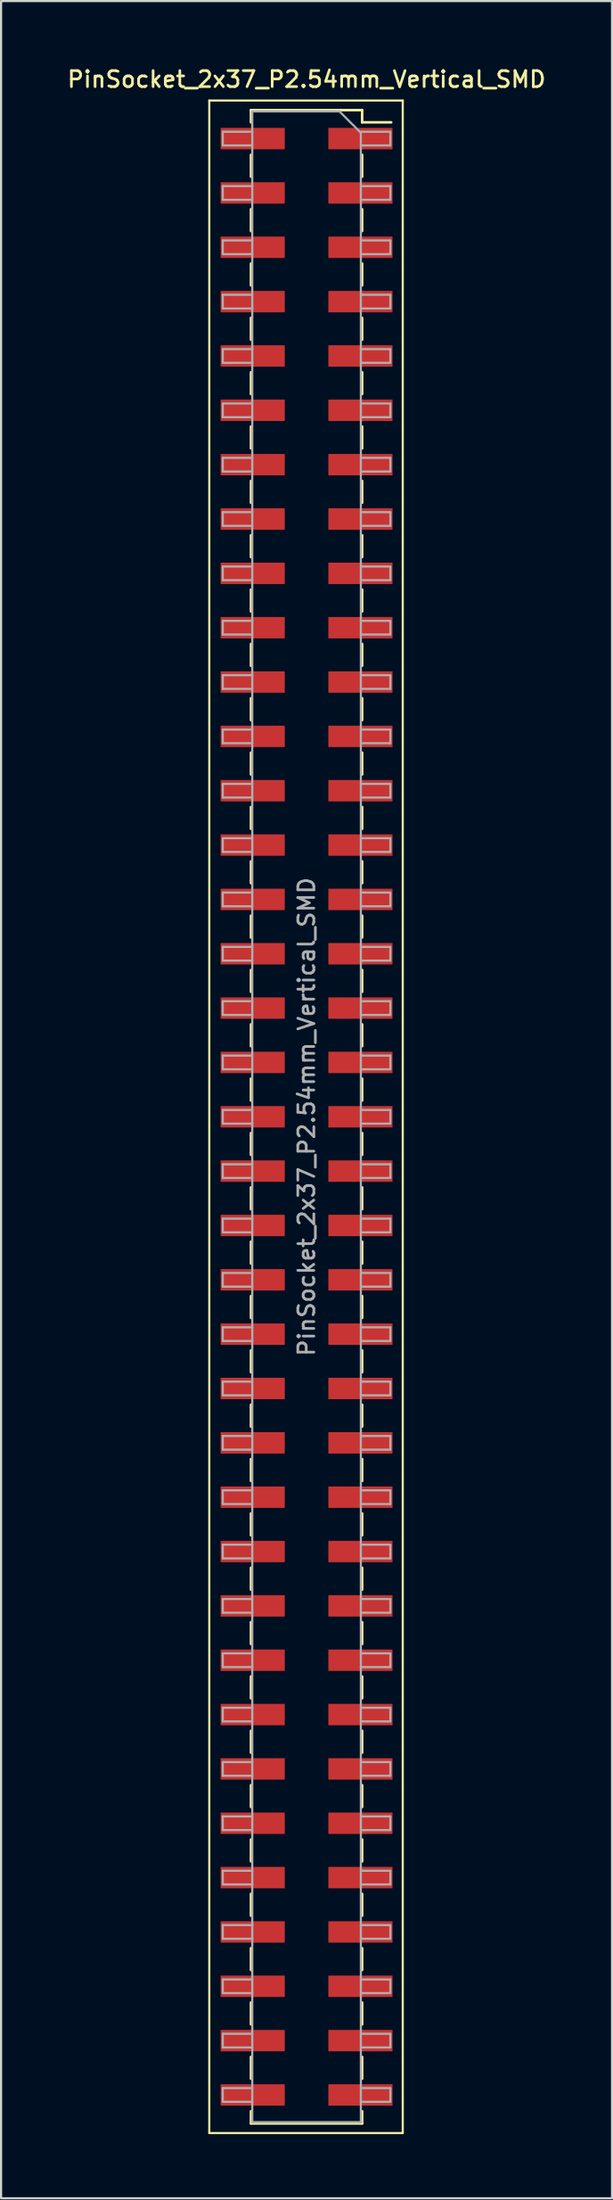
<source format=kicad_pcb>
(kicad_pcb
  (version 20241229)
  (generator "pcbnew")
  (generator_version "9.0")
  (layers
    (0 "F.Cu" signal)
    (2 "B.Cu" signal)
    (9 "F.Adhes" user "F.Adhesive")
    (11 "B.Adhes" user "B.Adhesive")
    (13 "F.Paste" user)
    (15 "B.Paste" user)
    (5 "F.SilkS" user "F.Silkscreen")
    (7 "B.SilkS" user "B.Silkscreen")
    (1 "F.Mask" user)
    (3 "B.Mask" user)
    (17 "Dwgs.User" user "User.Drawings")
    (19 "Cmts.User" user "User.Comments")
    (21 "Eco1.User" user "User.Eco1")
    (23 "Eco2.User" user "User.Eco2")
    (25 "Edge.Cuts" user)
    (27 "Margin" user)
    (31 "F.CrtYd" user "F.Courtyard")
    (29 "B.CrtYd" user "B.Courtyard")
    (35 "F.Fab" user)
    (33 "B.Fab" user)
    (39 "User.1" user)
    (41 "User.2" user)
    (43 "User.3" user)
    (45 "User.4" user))
  (footprint "PinSocket_2x37_P2.54mm_Vertical_SMD"
    (layer "F.Cu")
    (at 11.291 49.148)
    (property "Reference" "PinSocket_2x37_P2.54mm_Vertical_SMD" (at 0 -48.49 0) (layer "F.SilkS") (effects (font (size 0.75 0.75) (thickness 0.125))))
    (attr smd)
    (fp_line (start -4.55 -47.5) (end 4.5 -47.5) (stroke (width 0.1) (type solid)) (layer "F.SilkS"))
    (fp_line (start -4.55 47.5) (end -4.55 -47.5) (stroke (width 0.1) (type solid)) (layer "F.SilkS"))
    (fp_line (start -2.6 -47.05) (end -2.6 -46.48) (stroke (width 0.12) (type solid)) (layer "F.SilkS"))
    (fp_line (start -2.6 -47.05) (end 2.6 -47.05) (stroke (width 0.12) (type solid)) (layer "F.SilkS"))
    (fp_line (start -2.6 -44.96) (end -2.6 -43.94) (stroke (width 0.12) (type solid)) (layer "F.SilkS"))
    (fp_line (start -2.6 -42.42) (end -2.6 -41.4) (stroke (width 0.12) (type solid)) (layer "F.SilkS"))
    (fp_line (start -2.6 -39.88) (end -2.6 -38.86) (stroke (width 0.12) (type solid)) (layer "F.SilkS"))
    (fp_line (start -2.6 -37.34) (end -2.6 -36.32) (stroke (width 0.12) (type solid)) (layer "F.SilkS"))
    (fp_line (start -2.6 -34.8) (end -2.6 -33.78) (stroke (width 0.12) (type solid)) (layer "F.SilkS"))
    (fp_line (start -2.6 -32.26) (end -2.6 -31.24) (stroke (width 0.12) (type solid)) (layer "F.SilkS"))
    (fp_line (start -2.6 -29.72) (end -2.6 -28.7) (stroke (width 0.12) (type solid)) (layer "F.SilkS"))
    (fp_line (start -2.6 -27.18) (end -2.6 -26.16) (stroke (width 0.12) (type solid)) (layer "F.SilkS"))
    (fp_line (start -2.6 -24.64) (end -2.6 -23.62) (stroke (width 0.12) (type solid)) (layer "F.SilkS"))
    (fp_line (start -2.6 -22.1) (end -2.6 -21.08) (stroke (width 0.12) (type solid)) (layer "F.SilkS"))
    (fp_line (start -2.6 -19.56) (end -2.6 -18.54) (stroke (width 0.12) (type solid)) (layer "F.SilkS"))
    (fp_line (start -2.6 -17.02) (end -2.6 -16) (stroke (width 0.12) (type solid)) (layer "F.SilkS"))
    (fp_line (start -2.6 -14.48) (end -2.6 -13.46) (stroke (width 0.12) (type solid)) (layer "F.SilkS"))
    (fp_line (start -2.6 -11.94) (end -2.6 -10.92) (stroke (width 0.12) (type solid)) (layer "F.SilkS"))
    (fp_line (start -2.6 -9.4) (end -2.6 -8.38) (stroke (width 0.12) (type solid)) (layer "F.SilkS"))
    (fp_line (start -2.6 -6.86) (end -2.6 -5.84) (stroke (width 0.12) (type solid)) (layer "F.SilkS"))
    (fp_line (start -2.6 -4.32) (end -2.6 -3.3) (stroke (width 0.12) (type solid)) (layer "F.SilkS"))
    (fp_line (start -2.6 -1.78) (end -2.6 -0.76) (stroke (width 0.12) (type solid)) (layer "F.SilkS"))
    (fp_line (start -2.6 0.76) (end -2.6 1.78) (stroke (width 0.12) (type solid)) (layer "F.SilkS"))
    (fp_line (start -2.6 3.3) (end -2.6 4.32) (stroke (width 0.12) (type solid)) (layer "F.SilkS"))
    (fp_line (start -2.6 5.84) (end -2.6 6.86) (stroke (width 0.12) (type solid)) (layer "F.SilkS"))
    (fp_line (start -2.6 8.38) (end -2.6 9.4) (stroke (width 0.12) (type solid)) (layer "F.SilkS"))
    (fp_line (start -2.6 10.92) (end -2.6 11.94) (stroke (width 0.12) (type solid)) (layer "F.SilkS"))
    (fp_line (start -2.6 13.46) (end -2.6 14.48) (stroke (width 0.12) (type solid)) (layer "F.SilkS"))
    (fp_line (start -2.6 16) (end -2.6 17.02) (stroke (width 0.12) (type solid)) (layer "F.SilkS"))
    (fp_line (start -2.6 18.54) (end -2.6 19.56) (stroke (width 0.12) (type solid)) (layer "F.SilkS"))
    (fp_line (start -2.6 21.08) (end -2.6 22.1) (stroke (width 0.12) (type solid)) (layer "F.SilkS"))
    (fp_line (start -2.6 23.62) (end -2.6 24.64) (stroke (width 0.12) (type solid)) (layer "F.SilkS"))
    (fp_line (start -2.6 26.16) (end -2.6 27.18) (stroke (width 0.12) (type solid)) (layer "F.SilkS"))
    (fp_line (start -2.6 28.7) (end -2.6 29.72) (stroke (width 0.12) (type solid)) (layer "F.SilkS"))
    (fp_line (start -2.6 31.24) (end -2.6 32.26) (stroke (width 0.12) (type solid)) (layer "F.SilkS"))
    (fp_line (start -2.6 33.78) (end -2.6 34.8) (stroke (width 0.12) (type solid)) (layer "F.SilkS"))
    (fp_line (start -2.6 36.32) (end -2.6 37.34) (stroke (width 0.12) (type solid)) (layer "F.SilkS"))
    (fp_line (start -2.6 38.86) (end -2.6 39.88) (stroke (width 0.12) (type solid)) (layer "F.SilkS"))
    (fp_line (start -2.6 41.4) (end -2.6 42.42) (stroke (width 0.12) (type solid)) (layer "F.SilkS"))
    (fp_line (start -2.6 43.94) (end -2.6 44.96) (stroke (width 0.12) (type solid)) (layer "F.SilkS"))
    (fp_line (start -2.6 46.48) (end -2.6 47.05) (stroke (width 0.12) (type solid)) (layer "F.SilkS"))
    (fp_line (start -2.6 47.05) (end 2.6 47.05) (stroke (width 0.12) (type solid)) (layer "F.SilkS"))
    (fp_line (start 2.6 -47.05) (end 2.6 -46.48) (stroke (width 0.12) (type solid)) (layer "F.SilkS"))
    (fp_line (start 2.6 -46.48) (end 3.96 -46.48) (stroke (width 0.12) (type solid)) (layer "F.SilkS"))
    (fp_line (start 2.6 -44.96) (end 2.6 -43.94) (stroke (width 0.12) (type solid)) (layer "F.SilkS"))
    (fp_line (start 2.6 -42.42) (end 2.6 -41.4) (stroke (width 0.12) (type solid)) (layer "F.SilkS"))
    (fp_line (start 2.6 -39.88) (end 2.6 -38.86) (stroke (width 0.12) (type solid)) (layer "F.SilkS"))
    (fp_line (start 2.6 -37.34) (end 2.6 -36.32) (stroke (width 0.12) (type solid)) (layer "F.SilkS"))
    (fp_line (start 2.6 -34.8) (end 2.6 -33.78) (stroke (width 0.12) (type solid)) (layer "F.SilkS"))
    (fp_line (start 2.6 -32.26) (end 2.6 -31.24) (stroke (width 0.12) (type solid)) (layer "F.SilkS"))
    (fp_line (start 2.6 -29.72) (end 2.6 -28.7) (stroke (width 0.12) (type solid)) (layer "F.SilkS"))
    (fp_line (start 2.6 -27.18) (end 2.6 -26.16) (stroke (width 0.12) (type solid)) (layer "F.SilkS"))
    (fp_line (start 2.6 -24.64) (end 2.6 -23.62) (stroke (width 0.12) (type solid)) (layer "F.SilkS"))
    (fp_line (start 2.6 -22.1) (end 2.6 -21.08) (stroke (width 0.12) (type solid)) (layer "F.SilkS"))
    (fp_line (start 2.6 -19.56) (end 2.6 -18.54) (stroke (width 0.12) (type solid)) (layer "F.SilkS"))
    (fp_line (start 2.6 -17.02) (end 2.6 -16) (stroke (width 0.12) (type solid)) (layer "F.SilkS"))
    (fp_line (start 2.6 -14.48) (end 2.6 -13.46) (stroke (width 0.12) (type solid)) (layer "F.SilkS"))
    (fp_line (start 2.6 -11.94) (end 2.6 -10.92) (stroke (width 0.12) (type solid)) (layer "F.SilkS"))
    (fp_line (start 2.6 -9.4) (end 2.6 -8.38) (stroke (width 0.12) (type solid)) (layer "F.SilkS"))
    (fp_line (start 2.6 -6.86) (end 2.6 -5.84) (stroke (width 0.12) (type solid)) (layer "F.SilkS"))
    (fp_line (start 2.6 -4.32) (end 2.6 -3.3) (stroke (width 0.12) (type solid)) (layer "F.SilkS"))
    (fp_line (start 2.6 -1.78) (end 2.6 -0.76) (stroke (width 0.12) (type solid)) (layer "F.SilkS"))
    (fp_line (start 2.6 0.76) (end 2.6 1.78) (stroke (width 0.12) (type solid)) (layer "F.SilkS"))
    (fp_line (start 2.6 3.3) (end 2.6 4.32) (stroke (width 0.12) (type solid)) (layer "F.SilkS"))
    (fp_line (start 2.6 5.84) (end 2.6 6.86) (stroke (width 0.12) (type solid)) (layer "F.SilkS"))
    (fp_line (start 2.6 8.38) (end 2.6 9.4) (stroke (width 0.12) (type solid)) (layer "F.SilkS"))
    (fp_line (start 2.6 10.92) (end 2.6 11.94) (stroke (width 0.12) (type solid)) (layer "F.SilkS"))
    (fp_line (start 2.6 13.46) (end 2.6 14.48) (stroke (width 0.12) (type solid)) (layer "F.SilkS"))
    (fp_line (start 2.6 16) (end 2.6 17.02) (stroke (width 0.12) (type solid)) (layer "F.SilkS"))
    (fp_line (start 2.6 18.54) (end 2.6 19.56) (stroke (width 0.12) (type solid)) (layer "F.SilkS"))
    (fp_line (start 2.6 21.08) (end 2.6 22.1) (stroke (width 0.12) (type solid)) (layer "F.SilkS"))
    (fp_line (start 2.6 23.62) (end 2.6 24.64) (stroke (width 0.12) (type solid)) (layer "F.SilkS"))
    (fp_line (start 2.6 26.16) (end 2.6 27.18) (stroke (width 0.12) (type solid)) (layer "F.SilkS"))
    (fp_line (start 2.6 28.7) (end 2.6 29.72) (stroke (width 0.12) (type solid)) (layer "F.SilkS"))
    (fp_line (start 2.6 31.24) (end 2.6 32.26) (stroke (width 0.12) (type solid)) (layer "F.SilkS"))
    (fp_line (start 2.6 33.78) (end 2.6 34.8) (stroke (width 0.12) (type solid)) (layer "F.SilkS"))
    (fp_line (start 2.6 36.32) (end 2.6 37.34) (stroke (width 0.12) (type solid)) (layer "F.SilkS"))
    (fp_line (start 2.6 38.86) (end 2.6 39.88) (stroke (width 0.12) (type solid)) (layer "F.SilkS"))
    (fp_line (start 2.6 41.4) (end 2.6 42.42) (stroke (width 0.12) (type solid)) (layer "F.SilkS"))
    (fp_line (start 2.6 43.94) (end 2.6 44.96) (stroke (width 0.12) (type solid)) (layer "F.SilkS"))
    (fp_line (start 2.6 46.48) (end 2.6 47.05) (stroke (width 0.12) (type solid)) (layer "F.SilkS"))
    (fp_line (start 4.5 -47.5) (end 4.5 47.5) (stroke (width 0.1) (type solid)) (layer "F.SilkS"))
    (fp_line (start 4.5 47.5) (end -4.55 47.5) (stroke (width 0.1) (type solid)) (layer "F.SilkS"))
    (fp_line (start -3.92 -46.04) (end -2.54 -46.04) (stroke (width 0.1) (type solid)) (layer "F.Fab"))
    (fp_line (start -3.92 -45.4) (end -3.92 -46.04) (stroke (width 0.1) (type solid)) (layer "F.Fab"))
    (fp_line (start -3.92 -43.5) (end -2.54 -43.5) (stroke (width 0.1) (type solid)) (layer "F.Fab"))
    (fp_line (start -3.92 -42.86) (end -3.92 -43.5) (stroke (width 0.1) (type solid)) (layer "F.Fab"))
    (fp_line (start -3.92 -40.96) (end -2.54 -40.96) (stroke (width 0.1) (type solid)) (layer "F.Fab"))
    (fp_line (start -3.92 -40.32) (end -3.92 -40.96) (stroke (width 0.1) (type solid)) (layer "F.Fab"))
    (fp_line (start -3.92 -38.42) (end -2.54 -38.42) (stroke (width 0.1) (type solid)) (layer "F.Fab"))
    (fp_line (start -3.92 -37.78) (end -3.92 -38.42) (stroke (width 0.1) (type solid)) (layer "F.Fab"))
    (fp_line (start -3.92 -35.88) (end -2.54 -35.88) (stroke (width 0.1) (type solid)) (layer "F.Fab"))
    (fp_line (start -3.92 -35.24) (end -3.92 -35.88) (stroke (width 0.1) (type solid)) (layer "F.Fab"))
    (fp_line (start -3.92 -33.34) (end -2.54 -33.34) (stroke (width 0.1) (type solid)) (layer "F.Fab"))
    (fp_line (start -3.92 -32.7) (end -3.92 -33.34) (stroke (width 0.1) (type solid)) (layer "F.Fab"))
    (fp_line (start -3.92 -30.8) (end -2.54 -30.8) (stroke (width 0.1) (type solid)) (layer "F.Fab"))
    (fp_line (start -3.92 -30.16) (end -3.92 -30.8) (stroke (width 0.1) (type solid)) (layer "F.Fab"))
    (fp_line (start -3.92 -28.26) (end -2.54 -28.26) (stroke (width 0.1) (type solid)) (layer "F.Fab"))
    (fp_line (start -3.92 -27.62) (end -3.92 -28.26) (stroke (width 0.1) (type solid)) (layer "F.Fab"))
    (fp_line (start -3.92 -25.72) (end -2.54 -25.72) (stroke (width 0.1) (type solid)) (layer "F.Fab"))
    (fp_line (start -3.92 -25.08) (end -3.92 -25.72) (stroke (width 0.1) (type solid)) (layer "F.Fab"))
    (fp_line (start -3.92 -23.18) (end -2.54 -23.18) (stroke (width 0.1) (type solid)) (layer "F.Fab"))
    (fp_line (start -3.92 -22.54) (end -3.92 -23.18) (stroke (width 0.1) (type solid)) (layer "F.Fab"))
    (fp_line (start -3.92 -20.64) (end -2.54 -20.64) (stroke (width 0.1) (type solid)) (layer "F.Fab"))
    (fp_line (start -3.92 -20) (end -3.92 -20.64) (stroke (width 0.1) (type solid)) (layer "F.Fab"))
    (fp_line (start -3.92 -18.1) (end -2.54 -18.1) (stroke (width 0.1) (type solid)) (layer "F.Fab"))
    (fp_line (start -3.92 -17.46) (end -3.92 -18.1) (stroke (width 0.1) (type solid)) (layer "F.Fab"))
    (fp_line (start -3.92 -15.56) (end -2.54 -15.56) (stroke (width 0.1) (type solid)) (layer "F.Fab"))
    (fp_line (start -3.92 -14.92) (end -3.92 -15.56) (stroke (width 0.1) (type solid)) (layer "F.Fab"))
    (fp_line (start -3.92 -13.02) (end -2.54 -13.02) (stroke (width 0.1) (type solid)) (layer "F.Fab"))
    (fp_line (start -3.92 -12.38) (end -3.92 -13.02) (stroke (width 0.1) (type solid)) (layer "F.Fab"))
    (fp_line (start -3.92 -10.48) (end -2.54 -10.48) (stroke (width 0.1) (type solid)) (layer "F.Fab"))
    (fp_line (start -3.92 -9.84) (end -3.92 -10.48) (stroke (width 0.1) (type solid)) (layer "F.Fab"))
    (fp_line (start -3.92 -7.94) (end -2.54 -7.94) (stroke (width 0.1) (type solid)) (layer "F.Fab"))
    (fp_line (start -3.92 -7.3) (end -3.92 -7.94) (stroke (width 0.1) (type solid)) (layer "F.Fab"))
    (fp_line (start -3.92 -5.4) (end -2.54 -5.4) (stroke (width 0.1) (type solid)) (layer "F.Fab"))
    (fp_line (start -3.92 -4.76) (end -3.92 -5.4) (stroke (width 0.1) (type solid)) (layer "F.Fab"))
    (fp_line (start -3.92 -2.86) (end -2.54 -2.86) (stroke (width 0.1) (type solid)) (layer "F.Fab"))
    (fp_line (start -3.92 -2.22) (end -3.92 -2.86) (stroke (width 0.1) (type solid)) (layer "F.Fab"))
    (fp_line (start -3.92 -0.32) (end -2.54 -0.32) (stroke (width 0.1) (type solid)) (layer "F.Fab"))
    (fp_line (start -3.92 0.32) (end -3.92 -0.32) (stroke (width 0.1) (type solid)) (layer "F.Fab"))
    (fp_line (start -3.92 2.22) (end -2.54 2.22) (stroke (width 0.1) (type solid)) (layer "F.Fab"))
    (fp_line (start -3.92 2.86) (end -3.92 2.22) (stroke (width 0.1) (type solid)) (layer "F.Fab"))
    (fp_line (start -3.92 4.76) (end -2.54 4.76) (stroke (width 0.1) (type solid)) (layer "F.Fab"))
    (fp_line (start -3.92 5.4) (end -3.92 4.76) (stroke (width 0.1) (type solid)) (layer "F.Fab"))
    (fp_line (start -3.92 7.3) (end -2.54 7.3) (stroke (width 0.1) (type solid)) (layer "F.Fab"))
    (fp_line (start -3.92 7.94) (end -3.92 7.3) (stroke (width 0.1) (type solid)) (layer "F.Fab"))
    (fp_line (start -3.92 9.84) (end -2.54 9.84) (stroke (width 0.1) (type solid)) (layer "F.Fab"))
    (fp_line (start -3.92 10.48) (end -3.92 9.84) (stroke (width 0.1) (type solid)) (layer "F.Fab"))
    (fp_line (start -3.92 12.38) (end -2.54 12.38) (stroke (width 0.1) (type solid)) (layer "F.Fab"))
    (fp_line (start -3.92 13.02) (end -3.92 12.38) (stroke (width 0.1) (type solid)) (layer "F.Fab"))
    (fp_line (start -3.92 14.92) (end -2.54 14.92) (stroke (width 0.1) (type solid)) (layer "F.Fab"))
    (fp_line (start -3.92 15.56) (end -3.92 14.92) (stroke (width 0.1) (type solid)) (layer "F.Fab"))
    (fp_line (start -3.92 17.46) (end -2.54 17.46) (stroke (width 0.1) (type solid)) (layer "F.Fab"))
    (fp_line (start -3.92 18.1) (end -3.92 17.46) (stroke (width 0.1) (type solid)) (layer "F.Fab"))
    (fp_line (start -3.92 20) (end -2.54 20) (stroke (width 0.1) (type solid)) (layer "F.Fab"))
    (fp_line (start -3.92 20.64) (end -3.92 20) (stroke (width 0.1) (type solid)) (layer "F.Fab"))
    (fp_line (start -3.92 22.54) (end -2.54 22.54) (stroke (width 0.1) (type solid)) (layer "F.Fab"))
    (fp_line (start -3.92 23.18) (end -3.92 22.54) (stroke (width 0.1) (type solid)) (layer "F.Fab"))
    (fp_line (start -3.92 25.08) (end -2.54 25.08) (stroke (width 0.1) (type solid)) (layer "F.Fab"))
    (fp_line (start -3.92 25.72) (end -3.92 25.08) (stroke (width 0.1) (type solid)) (layer "F.Fab"))
    (fp_line (start -3.92 27.62) (end -2.54 27.62) (stroke (width 0.1) (type solid)) (layer "F.Fab"))
    (fp_line (start -3.92 28.26) (end -3.92 27.62) (stroke (width 0.1) (type solid)) (layer "F.Fab"))
    (fp_line (start -3.92 30.16) (end -2.54 30.16) (stroke (width 0.1) (type solid)) (layer "F.Fab"))
    (fp_line (start -3.92 30.8) (end -3.92 30.16) (stroke (width 0.1) (type solid)) (layer "F.Fab"))
    (fp_line (start -3.92 32.7) (end -2.54 32.7) (stroke (width 0.1) (type solid)) (layer "F.Fab"))
    (fp_line (start -3.92 33.34) (end -3.92 32.7) (stroke (width 0.1) (type solid)) (layer "F.Fab"))
    (fp_line (start -3.92 35.24) (end -2.54 35.24) (stroke (width 0.1) (type solid)) (layer "F.Fab"))
    (fp_line (start -3.92 35.88) (end -3.92 35.24) (stroke (width 0.1) (type solid)) (layer "F.Fab"))
    (fp_line (start -3.92 37.78) (end -2.54 37.78) (stroke (width 0.1) (type solid)) (layer "F.Fab"))
    (fp_line (start -3.92 38.42) (end -3.92 37.78) (stroke (width 0.1) (type solid)) (layer "F.Fab"))
    (fp_line (start -3.92 40.32) (end -2.54 40.32) (stroke (width 0.1) (type solid)) (layer "F.Fab"))
    (fp_line (start -3.92 40.96) (end -3.92 40.32) (stroke (width 0.1) (type solid)) (layer "F.Fab"))
    (fp_line (start -3.92 42.86) (end -2.54 42.86) (stroke (width 0.1) (type solid)) (layer "F.Fab"))
    (fp_line (start -3.92 43.5) (end -3.92 42.86) (stroke (width 0.1) (type solid)) (layer "F.Fab"))
    (fp_line (start -3.92 45.4) (end -2.54 45.4) (stroke (width 0.1) (type solid)) (layer "F.Fab"))
    (fp_line (start -3.92 46.04) (end -3.92 45.4) (stroke (width 0.1) (type solid)) (layer "F.Fab"))
    (fp_line (start -2.54 -46.99) (end 1.54 -46.99) (stroke (width 0.1) (type solid)) (layer "F.Fab"))
    (fp_line (start -2.54 -45.4) (end -3.92 -45.4) (stroke (width 0.1) (type solid)) (layer "F.Fab"))
    (fp_line (start -2.54 -42.86) (end -3.92 -42.86) (stroke (width 0.1) (type solid)) (layer "F.Fab"))
    (fp_line (start -2.54 -40.32) (end -3.92 -40.32) (stroke (width 0.1) (type solid)) (layer "F.Fab"))
    (fp_line (start -2.54 -37.78) (end -3.92 -37.78) (stroke (width 0.1) (type solid)) (layer "F.Fab"))
    (fp_line (start -2.54 -35.24) (end -3.92 -35.24) (stroke (width 0.1) (type solid)) (layer "F.Fab"))
    (fp_line (start -2.54 -32.7) (end -3.92 -32.7) (stroke (width 0.1) (type solid)) (layer "F.Fab"))
    (fp_line (start -2.54 -30.16) (end -3.92 -30.16) (stroke (width 0.1) (type solid)) (layer "F.Fab"))
    (fp_line (start -2.54 -27.62) (end -3.92 -27.62) (stroke (width 0.1) (type solid)) (layer "F.Fab"))
    (fp_line (start -2.54 -25.08) (end -3.92 -25.08) (stroke (width 0.1) (type solid)) (layer "F.Fab"))
    (fp_line (start -2.54 -22.54) (end -3.92 -22.54) (stroke (width 0.1) (type solid)) (layer "F.Fab"))
    (fp_line (start -2.54 -20) (end -3.92 -20) (stroke (width 0.1) (type solid)) (layer "F.Fab"))
    (fp_line (start -2.54 -17.46) (end -3.92 -17.46) (stroke (width 0.1) (type solid)) (layer "F.Fab"))
    (fp_line (start -2.54 -14.92) (end -3.92 -14.92) (stroke (width 0.1) (type solid)) (layer "F.Fab"))
    (fp_line (start -2.54 -12.38) (end -3.92 -12.38) (stroke (width 0.1) (type solid)) (layer "F.Fab"))
    (fp_line (start -2.54 -9.84) (end -3.92 -9.84) (stroke (width 0.1) (type solid)) (layer "F.Fab"))
    (fp_line (start -2.54 -7.3) (end -3.92 -7.3) (stroke (width 0.1) (type solid)) (layer "F.Fab"))
    (fp_line (start -2.54 -4.76) (end -3.92 -4.76) (stroke (width 0.1) (type solid)) (layer "F.Fab"))
    (fp_line (start -2.54 -2.22) (end -3.92 -2.22) (stroke (width 0.1) (type solid)) (layer "F.Fab"))
    (fp_line (start -2.54 0.32) (end -3.92 0.32) (stroke (width 0.1) (type solid)) (layer "F.Fab"))
    (fp_line (start -2.54 2.86) (end -3.92 2.86) (stroke (width 0.1) (type solid)) (layer "F.Fab"))
    (fp_line (start -2.54 5.4) (end -3.92 5.4) (stroke (width 0.1) (type solid)) (layer "F.Fab"))
    (fp_line (start -2.54 7.94) (end -3.92 7.94) (stroke (width 0.1) (type solid)) (layer "F.Fab"))
    (fp_line (start -2.54 10.48) (end -3.92 10.48) (stroke (width 0.1) (type solid)) (layer "F.Fab"))
    (fp_line (start -2.54 13.02) (end -3.92 13.02) (stroke (width 0.1) (type solid)) (layer "F.Fab"))
    (fp_line (start -2.54 15.56) (end -3.92 15.56) (stroke (width 0.1) (type solid)) (layer "F.Fab"))
    (fp_line (start -2.54 18.1) (end -3.92 18.1) (stroke (width 0.1) (type solid)) (layer "F.Fab"))
    (fp_line (start -2.54 20.64) (end -3.92 20.64) (stroke (width 0.1) (type solid)) (layer "F.Fab"))
    (fp_line (start -2.54 23.18) (end -3.92 23.18) (stroke (width 0.1) (type solid)) (layer "F.Fab"))
    (fp_line (start -2.54 25.72) (end -3.92 25.72) (stroke (width 0.1) (type solid)) (layer "F.Fab"))
    (fp_line (start -2.54 28.26) (end -3.92 28.26) (stroke (width 0.1) (type solid)) (layer "F.Fab"))
    (fp_line (start -2.54 30.8) (end -3.92 30.8) (stroke (width 0.1) (type solid)) (layer "F.Fab"))
    (fp_line (start -2.54 33.34) (end -3.92 33.34) (stroke (width 0.1) (type solid)) (layer "F.Fab"))
    (fp_line (start -2.54 35.88) (end -3.92 35.88) (stroke (width 0.1) (type solid)) (layer "F.Fab"))
    (fp_line (start -2.54 38.42) (end -3.92 38.42) (stroke (width 0.1) (type solid)) (layer "F.Fab"))
    (fp_line (start -2.54 40.96) (end -3.92 40.96) (stroke (width 0.1) (type solid)) (layer "F.Fab"))
    (fp_line (start -2.54 43.5) (end -3.92 43.5) (stroke (width 0.1) (type solid)) (layer "F.Fab"))
    (fp_line (start -2.54 46.04) (end -3.92 46.04) (stroke (width 0.1) (type solid)) (layer "F.Fab"))
    (fp_line (start -2.54 46.99) (end -2.54 -46.99) (stroke (width 0.1) (type solid)) (layer "F.Fab"))
    (fp_line (start 1.54 -46.99) (end 2.54 -45.99) (stroke (width 0.1) (type solid)) (layer "F.Fab"))
    (fp_line (start 2.54 -46.04) (end 3.92 -46.04) (stroke (width 0.1) (type solid)) (layer "F.Fab"))
    (fp_line (start 2.54 -45.99) (end 2.54 46.99) (stroke (width 0.1) (type solid)) (layer "F.Fab"))
    (fp_line (start 2.54 -43.5) (end 3.92 -43.5) (stroke (width 0.1) (type solid)) (layer "F.Fab"))
    (fp_line (start 2.54 -40.96) (end 3.92 -40.96) (stroke (width 0.1) (type solid)) (layer "F.Fab"))
    (fp_line (start 2.54 -38.42) (end 3.92 -38.42) (stroke (width 0.1) (type solid)) (layer "F.Fab"))
    (fp_line (start 2.54 -35.88) (end 3.92 -35.88) (stroke (width 0.1) (type solid)) (layer "F.Fab"))
    (fp_line (start 2.54 -33.34) (end 3.92 -33.34) (stroke (width 0.1) (type solid)) (layer "F.Fab"))
    (fp_line (start 2.54 -30.8) (end 3.92 -30.8) (stroke (width 0.1) (type solid)) (layer "F.Fab"))
    (fp_line (start 2.54 -28.26) (end 3.92 -28.26) (stroke (width 0.1) (type solid)) (layer "F.Fab"))
    (fp_line (start 2.54 -25.72) (end 3.92 -25.72) (stroke (width 0.1) (type solid)) (layer "F.Fab"))
    (fp_line (start 2.54 -23.18) (end 3.92 -23.18) (stroke (width 0.1) (type solid)) (layer "F.Fab"))
    (fp_line (start 2.54 -20.64) (end 3.92 -20.64) (stroke (width 0.1) (type solid)) (layer "F.Fab"))
    (fp_line (start 2.54 -18.1) (end 3.92 -18.1) (stroke (width 0.1) (type solid)) (layer "F.Fab"))
    (fp_line (start 2.54 -15.56) (end 3.92 -15.56) (stroke (width 0.1) (type solid)) (layer "F.Fab"))
    (fp_line (start 2.54 -13.02) (end 3.92 -13.02) (stroke (width 0.1) (type solid)) (layer "F.Fab"))
    (fp_line (start 2.54 -10.48) (end 3.92 -10.48) (stroke (width 0.1) (type solid)) (layer "F.Fab"))
    (fp_line (start 2.54 -7.94) (end 3.92 -7.94) (stroke (width 0.1) (type solid)) (layer "F.Fab"))
    (fp_line (start 2.54 -5.4) (end 3.92 -5.4) (stroke (width 0.1) (type solid)) (layer "F.Fab"))
    (fp_line (start 2.54 -2.86) (end 3.92 -2.86) (stroke (width 0.1) (type solid)) (layer "F.Fab"))
    (fp_line (start 2.54 -0.32) (end 3.92 -0.32) (stroke (width 0.1) (type solid)) (layer "F.Fab"))
    (fp_line (start 2.54 2.22) (end 3.92 2.22) (stroke (width 0.1) (type solid)) (layer "F.Fab"))
    (fp_line (start 2.54 4.76) (end 3.92 4.76) (stroke (width 0.1) (type solid)) (layer "F.Fab"))
    (fp_line (start 2.54 7.3) (end 3.92 7.3) (stroke (width 0.1) (type solid)) (layer "F.Fab"))
    (fp_line (start 2.54 9.84) (end 3.92 9.84) (stroke (width 0.1) (type solid)) (layer "F.Fab"))
    (fp_line (start 2.54 12.38) (end 3.92 12.38) (stroke (width 0.1) (type solid)) (layer "F.Fab"))
    (fp_line (start 2.54 14.92) (end 3.92 14.92) (stroke (width 0.1) (type solid)) (layer "F.Fab"))
    (fp_line (start 2.54 17.46) (end 3.92 17.46) (stroke (width 0.1) (type solid)) (layer "F.Fab"))
    (fp_line (start 2.54 20) (end 3.92 20) (stroke (width 0.1) (type solid)) (layer "F.Fab"))
    (fp_line (start 2.54 22.54) (end 3.92 22.54) (stroke (width 0.1) (type solid)) (layer "F.Fab"))
    (fp_line (start 2.54 25.08) (end 3.92 25.08) (stroke (width 0.1) (type solid)) (layer "F.Fab"))
    (fp_line (start 2.54 27.62) (end 3.92 27.62) (stroke (width 0.1) (type solid)) (layer "F.Fab"))
    (fp_line (start 2.54 30.16) (end 3.92 30.16) (stroke (width 0.1) (type solid)) (layer "F.Fab"))
    (fp_line (start 2.54 32.7) (end 3.92 32.7) (stroke (width 0.1) (type solid)) (layer "F.Fab"))
    (fp_line (start 2.54 35.24) (end 3.92 35.24) (stroke (width 0.1) (type solid)) (layer "F.Fab"))
    (fp_line (start 2.54 37.78) (end 3.92 37.78) (stroke (width 0.1) (type solid)) (layer "F.Fab"))
    (fp_line (start 2.54 40.32) (end 3.92 40.32) (stroke (width 0.1) (type solid)) (layer "F.Fab"))
    (fp_line (start 2.54 42.86) (end 3.92 42.86) (stroke (width 0.1) (type solid)) (layer "F.Fab"))
    (fp_line (start 2.54 45.4) (end 3.92 45.4) (stroke (width 0.1) (type solid)) (layer "F.Fab"))
    (fp_line (start 2.54 46.99) (end -2.54 46.99) (stroke (width 0.1) (type solid)) (layer "F.Fab"))
    (fp_line (start 3.92 -46.04) (end 3.92 -45.4) (stroke (width 0.1) (type solid)) (layer "F.Fab"))
    (fp_line (start 3.92 -45.4) (end 2.54 -45.4) (stroke (width 0.1) (type solid)) (layer "F.Fab"))
    (fp_line (start 3.92 -43.5) (end 3.92 -42.86) (stroke (width 0.1) (type solid)) (layer "F.Fab"))
    (fp_line (start 3.92 -42.86) (end 2.54 -42.86) (stroke (width 0.1) (type solid)) (layer "F.Fab"))
    (fp_line (start 3.92 -40.96) (end 3.92 -40.32) (stroke (width 0.1) (type solid)) (layer "F.Fab"))
    (fp_line (start 3.92 -40.32) (end 2.54 -40.32) (stroke (width 0.1) (type solid)) (layer "F.Fab"))
    (fp_line (start 3.92 -38.42) (end 3.92 -37.78) (stroke (width 0.1) (type solid)) (layer "F.Fab"))
    (fp_line (start 3.92 -37.78) (end 2.54 -37.78) (stroke (width 0.1) (type solid)) (layer "F.Fab"))
    (fp_line (start 3.92 -35.88) (end 3.92 -35.24) (stroke (width 0.1) (type solid)) (layer "F.Fab"))
    (fp_line (start 3.92 -35.24) (end 2.54 -35.24) (stroke (width 0.1) (type solid)) (layer "F.Fab"))
    (fp_line (start 3.92 -33.34) (end 3.92 -32.7) (stroke (width 0.1) (type solid)) (layer "F.Fab"))
    (fp_line (start 3.92 -32.7) (end 2.54 -32.7) (stroke (width 0.1) (type solid)) (layer "F.Fab"))
    (fp_line (start 3.92 -30.8) (end 3.92 -30.16) (stroke (width 0.1) (type solid)) (layer "F.Fab"))
    (fp_line (start 3.92 -30.16) (end 2.54 -30.16) (stroke (width 0.1) (type solid)) (layer "F.Fab"))
    (fp_line (start 3.92 -28.26) (end 3.92 -27.62) (stroke (width 0.1) (type solid)) (layer "F.Fab"))
    (fp_line (start 3.92 -27.62) (end 2.54 -27.62) (stroke (width 0.1) (type solid)) (layer "F.Fab"))
    (fp_line (start 3.92 -25.72) (end 3.92 -25.08) (stroke (width 0.1) (type solid)) (layer "F.Fab"))
    (fp_line (start 3.92 -25.08) (end 2.54 -25.08) (stroke (width 0.1) (type solid)) (layer "F.Fab"))
    (fp_line (start 3.92 -23.18) (end 3.92 -22.54) (stroke (width 0.1) (type solid)) (layer "F.Fab"))
    (fp_line (start 3.92 -22.54) (end 2.54 -22.54) (stroke (width 0.1) (type solid)) (layer "F.Fab"))
    (fp_line (start 3.92 -20.64) (end 3.92 -20) (stroke (width 0.1) (type solid)) (layer "F.Fab"))
    (fp_line (start 3.92 -20) (end 2.54 -20) (stroke (width 0.1) (type solid)) (layer "F.Fab"))
    (fp_line (start 3.92 -18.1) (end 3.92 -17.46) (stroke (width 0.1) (type solid)) (layer "F.Fab"))
    (fp_line (start 3.92 -17.46) (end 2.54 -17.46) (stroke (width 0.1) (type solid)) (layer "F.Fab"))
    (fp_line (start 3.92 -15.56) (end 3.92 -14.92) (stroke (width 0.1) (type solid)) (layer "F.Fab"))
    (fp_line (start 3.92 -14.92) (end 2.54 -14.92) (stroke (width 0.1) (type solid)) (layer "F.Fab"))
    (fp_line (start 3.92 -13.02) (end 3.92 -12.38) (stroke (width 0.1) (type solid)) (layer "F.Fab"))
    (fp_line (start 3.92 -12.38) (end 2.54 -12.38) (stroke (width 0.1) (type solid)) (layer "F.Fab"))
    (fp_line (start 3.92 -10.48) (end 3.92 -9.84) (stroke (width 0.1) (type solid)) (layer "F.Fab"))
    (fp_line (start 3.92 -9.84) (end 2.54 -9.84) (stroke (width 0.1) (type solid)) (layer "F.Fab"))
    (fp_line (start 3.92 -7.94) (end 3.92 -7.3) (stroke (width 0.1) (type solid)) (layer "F.Fab"))
    (fp_line (start 3.92 -7.3) (end 2.54 -7.3) (stroke (width 0.1) (type solid)) (layer "F.Fab"))
    (fp_line (start 3.92 -5.4) (end 3.92 -4.76) (stroke (width 0.1) (type solid)) (layer "F.Fab"))
    (fp_line (start 3.92 -4.76) (end 2.54 -4.76) (stroke (width 0.1) (type solid)) (layer "F.Fab"))
    (fp_line (start 3.92 -2.86) (end 3.92 -2.22) (stroke (width 0.1) (type solid)) (layer "F.Fab"))
    (fp_line (start 3.92 -2.22) (end 2.54 -2.22) (stroke (width 0.1) (type solid)) (layer "F.Fab"))
    (fp_line (start 3.92 -0.32) (end 3.92 0.32) (stroke (width 0.1) (type solid)) (layer "F.Fab"))
    (fp_line (start 3.92 0.32) (end 2.54 0.32) (stroke (width 0.1) (type solid)) (layer "F.Fab"))
    (fp_line (start 3.92 2.22) (end 3.92 2.86) (stroke (width 0.1) (type solid)) (layer "F.Fab"))
    (fp_line (start 3.92 2.86) (end 2.54 2.86) (stroke (width 0.1) (type solid)) (layer "F.Fab"))
    (fp_line (start 3.92 4.76) (end 3.92 5.4) (stroke (width 0.1) (type solid)) (layer "F.Fab"))
    (fp_line (start 3.92 5.4) (end 2.54 5.4) (stroke (width 0.1) (type solid)) (layer "F.Fab"))
    (fp_line (start 3.92 7.3) (end 3.92 7.94) (stroke (width 0.1) (type solid)) (layer "F.Fab"))
    (fp_line (start 3.92 7.94) (end 2.54 7.94) (stroke (width 0.1) (type solid)) (layer "F.Fab"))
    (fp_line (start 3.92 9.84) (end 3.92 10.48) (stroke (width 0.1) (type solid)) (layer "F.Fab"))
    (fp_line (start 3.92 10.48) (end 2.54 10.48) (stroke (width 0.1) (type solid)) (layer "F.Fab"))
    (fp_line (start 3.92 12.38) (end 3.92 13.02) (stroke (width 0.1) (type solid)) (layer "F.Fab"))
    (fp_line (start 3.92 13.02) (end 2.54 13.02) (stroke (width 0.1) (type solid)) (layer "F.Fab"))
    (fp_line (start 3.92 14.92) (end 3.92 15.56) (stroke (width 0.1) (type solid)) (layer "F.Fab"))
    (fp_line (start 3.92 15.56) (end 2.54 15.56) (stroke (width 0.1) (type solid)) (layer "F.Fab"))
    (fp_line (start 3.92 17.46) (end 3.92 18.1) (stroke (width 0.1) (type solid)) (layer "F.Fab"))
    (fp_line (start 3.92 18.1) (end 2.54 18.1) (stroke (width 0.1) (type solid)) (layer "F.Fab"))
    (fp_line (start 3.92 20) (end 3.92 20.64) (stroke (width 0.1) (type solid)) (layer "F.Fab"))
    (fp_line (start 3.92 20.64) (end 2.54 20.64) (stroke (width 0.1) (type solid)) (layer "F.Fab"))
    (fp_line (start 3.92 22.54) (end 3.92 23.18) (stroke (width 0.1) (type solid)) (layer "F.Fab"))
    (fp_line (start 3.92 23.18) (end 2.54 23.18) (stroke (width 0.1) (type solid)) (layer "F.Fab"))
    (fp_line (start 3.92 25.08) (end 3.92 25.72) (stroke (width 0.1) (type solid)) (layer "F.Fab"))
    (fp_line (start 3.92 25.72) (end 2.54 25.72) (stroke (width 0.1) (type solid)) (layer "F.Fab"))
    (fp_line (start 3.92 27.62) (end 3.92 28.26) (stroke (width 0.1) (type solid)) (layer "F.Fab"))
    (fp_line (start 3.92 28.26) (end 2.54 28.26) (stroke (width 0.1) (type solid)) (layer "F.Fab"))
    (fp_line (start 3.92 30.16) (end 3.92 30.8) (stroke (width 0.1) (type solid)) (layer "F.Fab"))
    (fp_line (start 3.92 30.8) (end 2.54 30.8) (stroke (width 0.1) (type solid)) (layer "F.Fab"))
    (fp_line (start 3.92 32.7) (end 3.92 33.34) (stroke (width 0.1) (type solid)) (layer "F.Fab"))
    (fp_line (start 3.92 33.34) (end 2.54 33.34) (stroke (width 0.1) (type solid)) (layer "F.Fab"))
    (fp_line (start 3.92 35.24) (end 3.92 35.88) (stroke (width 0.1) (type solid)) (layer "F.Fab"))
    (fp_line (start 3.92 35.88) (end 2.54 35.88) (stroke (width 0.1) (type solid)) (layer "F.Fab"))
    (fp_line (start 3.92 37.78) (end 3.92 38.42) (stroke (width 0.1) (type solid)) (layer "F.Fab"))
    (fp_line (start 3.92 38.42) (end 2.54 38.42) (stroke (width 0.1) (type solid)) (layer "F.Fab"))
    (fp_line (start 3.92 40.32) (end 3.92 40.96) (stroke (width 0.1) (type solid)) (layer "F.Fab"))
    (fp_line (start 3.92 40.96) (end 2.54 40.96) (stroke (width 0.1) (type solid)) (layer "F.Fab"))
    (fp_line (start 3.92 42.86) (end 3.92 43.5) (stroke (width 0.1) (type solid)) (layer "F.Fab"))
    (fp_line (start 3.92 43.5) (end 2.54 43.5) (stroke (width 0.1) (type solid)) (layer "F.Fab"))
    (fp_line (start 3.92 45.4) (end 3.92 46.04) (stroke (width 0.1) (type solid)) (layer "F.Fab"))
    (fp_line (start 3.92 46.04) (end 2.54 46.04) (stroke (width 0.1) (type solid)) (layer "F.Fab"))
    (fp_text user "${REFERENCE}" (at 0 0 90) (layer "F.Fab") (effects (font (size 0.75 0.75) (thickness 0.125))))
    (pad "1" smd rect (at 2.52 -45.72) (size 3 1) (layers "F.Cu" "F.Mask" "F.Paste"))
    (pad "2" smd rect (at -2.52 -45.72) (size 3 1) (layers "F.Cu" "F.Mask" "F.Paste"))
    (pad "3" smd rect (at 2.52 -43.18) (size 3 1) (layers "F.Cu" "F.Mask" "F.Paste"))
    (pad "4" smd rect (at -2.52 -43.18) (size 3 1) (layers "F.Cu" "F.Mask" "F.Paste"))
    (pad "5" smd rect (at 2.52 -40.64) (size 3 1) (layers "F.Cu" "F.Mask" "F.Paste"))
    (pad "6" smd rect (at -2.52 -40.64) (size 3 1) (layers "F.Cu" "F.Mask" "F.Paste"))
    (pad "7" smd rect (at 2.52 -38.1) (size 3 1) (layers "F.Cu" "F.Mask" "F.Paste"))
    (pad "8" smd rect (at -2.52 -38.1) (size 3 1) (layers "F.Cu" "F.Mask" "F.Paste"))
    (pad "9" smd rect (at 2.52 -35.56) (size 3 1) (layers "F.Cu" "F.Mask" "F.Paste"))
    (pad "10" smd rect (at -2.52 -35.56) (size 3 1) (layers "F.Cu" "F.Mask" "F.Paste"))
    (pad "11" smd rect (at 2.52 -33.02) (size 3 1) (layers "F.Cu" "F.Mask" "F.Paste"))
    (pad "12" smd rect (at -2.52 -33.02) (size 3 1) (layers "F.Cu" "F.Mask" "F.Paste"))
    (pad "13" smd rect (at 2.52 -30.48) (size 3 1) (layers "F.Cu" "F.Mask" "F.Paste"))
    (pad "14" smd rect (at -2.52 -30.48) (size 3 1) (layers "F.Cu" "F.Mask" "F.Paste"))
    (pad "15" smd rect (at 2.52 -27.94) (size 3 1) (layers "F.Cu" "F.Mask" "F.Paste"))
    (pad "16" smd rect (at -2.52 -27.94) (size 3 1) (layers "F.Cu" "F.Mask" "F.Paste"))
    (pad "17" smd rect (at 2.52 -25.4) (size 3 1) (layers "F.Cu" "F.Mask" "F.Paste"))
    (pad "18" smd rect (at -2.52 -25.4) (size 3 1) (layers "F.Cu" "F.Mask" "F.Paste"))
    (pad "19" smd rect (at 2.52 -22.86) (size 3 1) (layers "F.Cu" "F.Mask" "F.Paste"))
    (pad "20" smd rect (at -2.52 -22.86) (size 3 1) (layers "F.Cu" "F.Mask" "F.Paste"))
    (pad "21" smd rect (at 2.52 -20.32) (size 3 1) (layers "F.Cu" "F.Mask" "F.Paste"))
    (pad "22" smd rect (at -2.52 -20.32) (size 3 1) (layers "F.Cu" "F.Mask" "F.Paste"))
    (pad "23" smd rect (at 2.52 -17.78) (size 3 1) (layers "F.Cu" "F.Mask" "F.Paste"))
    (pad "24" smd rect (at -2.52 -17.78) (size 3 1) (layers "F.Cu" "F.Mask" "F.Paste"))
    (pad "25" smd rect (at 2.52 -15.24) (size 3 1) (layers "F.Cu" "F.Mask" "F.Paste"))
    (pad "26" smd rect (at -2.52 -15.24) (size 3 1) (layers "F.Cu" "F.Mask" "F.Paste"))
    (pad "27" smd rect (at 2.52 -12.7) (size 3 1) (layers "F.Cu" "F.Mask" "F.Paste"))
    (pad "28" smd rect (at -2.52 -12.7) (size 3 1) (layers "F.Cu" "F.Mask" "F.Paste"))
    (pad "29" smd rect (at 2.52 -10.16) (size 3 1) (layers "F.Cu" "F.Mask" "F.Paste"))
    (pad "30" smd rect (at -2.52 -10.16) (size 3 1) (layers "F.Cu" "F.Mask" "F.Paste"))
    (pad "31" smd rect (at 2.52 -7.62) (size 3 1) (layers "F.Cu" "F.Mask" "F.Paste"))
    (pad "32" smd rect (at -2.52 -7.62) (size 3 1) (layers "F.Cu" "F.Mask" "F.Paste"))
    (pad "33" smd rect (at 2.52 -5.08) (size 3 1) (layers "F.Cu" "F.Mask" "F.Paste"))
    (pad "34" smd rect (at -2.52 -5.08) (size 3 1) (layers "F.Cu" "F.Mask" "F.Paste"))
    (pad "35" smd rect (at 2.52 -2.54) (size 3 1) (layers "F.Cu" "F.Mask" "F.Paste"))
    (pad "36" smd rect (at -2.52 -2.54) (size 3 1) (layers "F.Cu" "F.Mask" "F.Paste"))
    (pad "37" smd rect (at 2.52 0) (size 3 1) (layers "F.Cu" "F.Mask" "F.Paste"))
    (pad "38" smd rect (at -2.52 0) (size 3 1) (layers "F.Cu" "F.Mask" "F.Paste"))
    (pad "39" smd rect (at 2.52 2.54) (size 3 1) (layers "F.Cu" "F.Mask" "F.Paste"))
    (pad "40" smd rect (at -2.52 2.54) (size 3 1) (layers "F.Cu" "F.Mask" "F.Paste"))
    (pad "41" smd rect (at 2.52 5.08) (size 3 1) (layers "F.Cu" "F.Mask" "F.Paste"))
    (pad "42" smd rect (at -2.52 5.08) (size 3 1) (layers "F.Cu" "F.Mask" "F.Paste"))
    (pad "43" smd rect (at 2.52 7.62) (size 3 1) (layers "F.Cu" "F.Mask" "F.Paste"))
    (pad "44" smd rect (at -2.52 7.62) (size 3 1) (layers "F.Cu" "F.Mask" "F.Paste"))
    (pad "45" smd rect (at 2.52 10.16) (size 3 1) (layers "F.Cu" "F.Mask" "F.Paste"))
    (pad "46" smd rect (at -2.52 10.16) (size 3 1) (layers "F.Cu" "F.Mask" "F.Paste"))
    (pad "47" smd rect (at 2.52 12.7) (size 3 1) (layers "F.Cu" "F.Mask" "F.Paste"))
    (pad "48" smd rect (at -2.52 12.7) (size 3 1) (layers "F.Cu" "F.Mask" "F.Paste"))
    (pad "49" smd rect (at 2.52 15.24) (size 3 1) (layers "F.Cu" "F.Mask" "F.Paste"))
    (pad "50" smd rect (at -2.52 15.24) (size 3 1) (layers "F.Cu" "F.Mask" "F.Paste"))
    (pad "51" smd rect (at 2.52 17.78) (size 3 1) (layers "F.Cu" "F.Mask" "F.Paste"))
    (pad "52" smd rect (at -2.52 17.78) (size 3 1) (layers "F.Cu" "F.Mask" "F.Paste"))
    (pad "53" smd rect (at 2.52 20.32) (size 3 1) (layers "F.Cu" "F.Mask" "F.Paste"))
    (pad "54" smd rect (at -2.52 20.32) (size 3 1) (layers "F.Cu" "F.Mask" "F.Paste"))
    (pad "55" smd rect (at 2.52 22.86) (size 3 1) (layers "F.Cu" "F.Mask" "F.Paste"))
    (pad "56" smd rect (at -2.52 22.86) (size 3 1) (layers "F.Cu" "F.Mask" "F.Paste"))
    (pad "57" smd rect (at 2.52 25.4) (size 3 1) (layers "F.Cu" "F.Mask" "F.Paste"))
    (pad "58" smd rect (at -2.52 25.4) (size 3 1) (layers "F.Cu" "F.Mask" "F.Paste"))
    (pad "59" smd rect (at 2.52 27.94) (size 3 1) (layers "F.Cu" "F.Mask" "F.Paste"))
    (pad "60" smd rect (at -2.52 27.94) (size 3 1) (layers "F.Cu" "F.Mask" "F.Paste"))
    (pad "61" smd rect (at 2.52 30.48) (size 3 1) (layers "F.Cu" "F.Mask" "F.Paste"))
    (pad "62" smd rect (at -2.52 30.48) (size 3 1) (layers "F.Cu" "F.Mask" "F.Paste"))
    (pad "63" smd rect (at 2.52 33.02) (size 3 1) (layers "F.Cu" "F.Mask" "F.Paste"))
    (pad "64" smd rect (at -2.52 33.02) (size 3 1) (layers "F.Cu" "F.Mask" "F.Paste"))
    (pad "65" smd rect (at 2.52 35.56) (size 3 1) (layers "F.Cu" "F.Mask" "F.Paste"))
    (pad "66" smd rect (at -2.52 35.56) (size 3 1) (layers "F.Cu" "F.Mask" "F.Paste"))
    (pad "67" smd rect (at 2.52 38.1) (size 3 1) (layers "F.Cu" "F.Mask" "F.Paste"))
    (pad "68" smd rect (at -2.52 38.1) (size 3 1) (layers "F.Cu" "F.Mask" "F.Paste"))
    (pad "69" smd rect (at 2.52 40.64) (size 3 1) (layers "F.Cu" "F.Mask" "F.Paste"))
    (pad "70" smd rect (at -2.52 40.64) (size 3 1) (layers "F.Cu" "F.Mask" "F.Paste"))
    (pad "71" smd rect (at 2.52 43.18) (size 3 1) (layers "F.Cu" "F.Mask" "F.Paste"))
    (pad "72" smd rect (at -2.52 43.18) (size 3 1) (layers "F.Cu" "F.Mask" "F.Paste"))
    (pad "73" smd rect (at 2.52 45.72) (size 3 1) (layers "F.Cu" "F.Mask" "F.Paste"))
    (pad "74" smd rect (at -2.52 45.72) (size 3 1) (layers "F.Cu" "F.Mask" "F.Paste")))
  (gr_rect
    (start -3 -3)
    (end 25.582 99.698)
    (stroke (width 0.1) (type default))
    (fill no)
    (layer "Edge.Cuts")))
</source>
